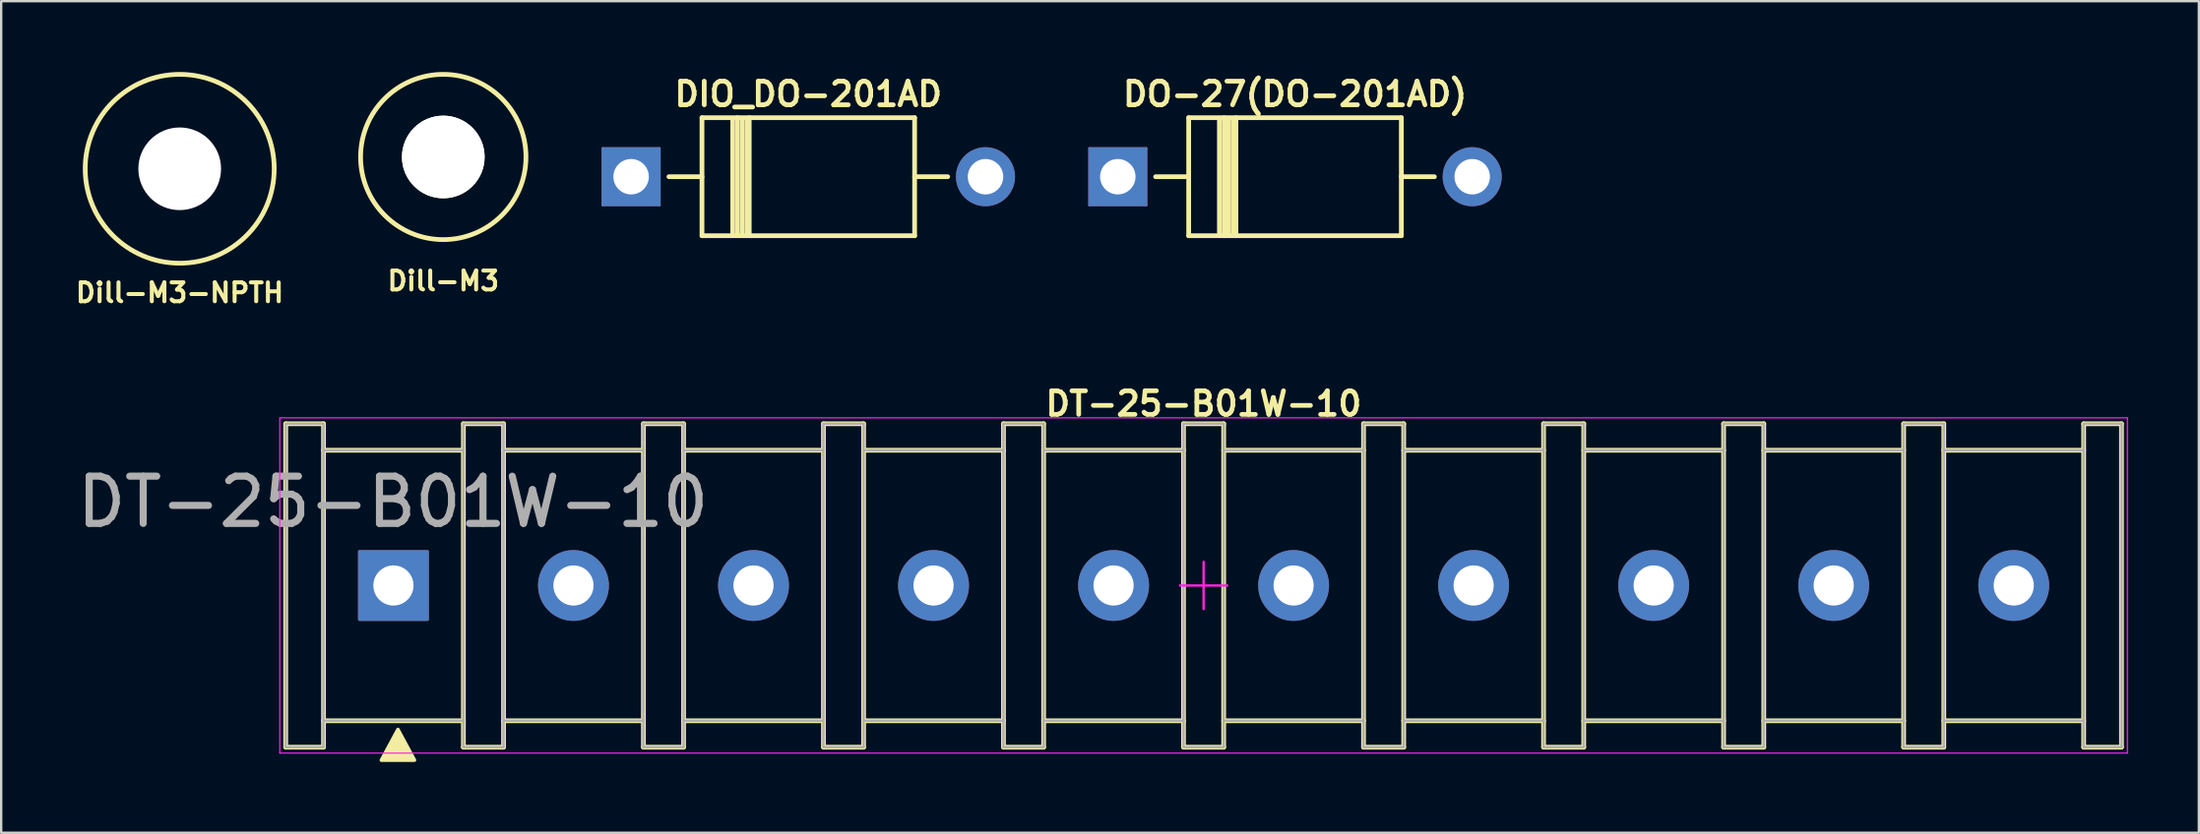
<source format=kicad_pcb>
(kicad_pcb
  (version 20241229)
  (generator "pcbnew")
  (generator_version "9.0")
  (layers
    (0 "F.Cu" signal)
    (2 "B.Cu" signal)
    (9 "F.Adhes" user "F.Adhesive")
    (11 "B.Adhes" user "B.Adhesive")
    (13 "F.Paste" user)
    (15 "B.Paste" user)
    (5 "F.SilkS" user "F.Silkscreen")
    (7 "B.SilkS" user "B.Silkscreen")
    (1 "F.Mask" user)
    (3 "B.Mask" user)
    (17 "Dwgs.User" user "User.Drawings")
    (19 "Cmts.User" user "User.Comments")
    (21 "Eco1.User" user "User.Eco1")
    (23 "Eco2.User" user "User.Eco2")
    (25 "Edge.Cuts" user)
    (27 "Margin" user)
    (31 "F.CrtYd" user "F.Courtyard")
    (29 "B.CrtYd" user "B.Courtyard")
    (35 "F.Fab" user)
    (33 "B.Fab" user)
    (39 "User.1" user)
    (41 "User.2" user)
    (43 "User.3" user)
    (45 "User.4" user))
  (footprint "Dill-M3-NPTH"
    (layer "F.Cu")
    (at 4.556 4.1)
    (property "Reference" "Dill-M3-NPTH" (at 0 5.25 0) (layer "F.SilkS") (effects (font (size 0.8 0.8) (thickness 0.17))))
    (attr through_hole)
    (fp_circle (center 0 0) (end 4 0) (stroke (width 0.2) (type solid)) (fill no) (layer "F.SilkS"))
    (pad "" np_thru_hole circle (at 0 0) (size 3.5 3.5) (drill 3.5) (layers "*.Cu" "*.Mask")))
  (footprint "DO-27(DO-201AD)"
    (layer "F.Cu")
    (at 51.762 4.436)
    (property "Reference" "DO-27(DO-201AD)" (at 0 -3.5 0) (layer "F.SilkS") (effects (font (size 1 1) (thickness 0.2))))
    (attr through_hole)
    (fp_line (start -8.7 -1.2) (end -6.3 -1.2) (stroke (width 0.1) (type solid)) (layer "F.Cu"))
    (fp_line (start -8.7 1.2) (end -8.7 -1.2) (stroke (width 0.1) (type solid)) (layer "F.Cu"))
    (fp_line (start -6.3 -1.2) (end -6.3 1.2) (stroke (width 0.1) (type solid)) (layer "F.Cu"))
    (fp_line (start -6.3 1.2) (end -8.7 1.2) (stroke (width 0.1) (type solid)) (layer "F.Cu"))
    (fp_line (start -8.7 -1.2) (end -6.3 -1.2) (stroke (width 0.3) (type solid)) (layer "F.Mask"))
    (fp_line (start -8.7 1.2) (end -8.7 -1.2) (stroke (width 0.3) (type solid)) (layer "F.Mask"))
    (fp_line (start -6.3 -1.2) (end -6.3 1.2) (stroke (width 0.3) (type solid)) (layer "F.Mask"))
    (fp_line (start -6.3 1.2) (end -8.7 1.2) (stroke (width 0.3) (type solid)) (layer "F.Mask"))
    (fp_line (start -8.7 -1.2) (end -6.3 -1.2) (stroke (width 0.1) (type solid)) (layer "B.Cu"))
    (fp_line (start -8.7 1.2) (end -8.7 -1.2) (stroke (width 0.1) (type solid)) (layer "B.Cu"))
    (fp_line (start -6.3 -1.2) (end -6.3 1.2) (stroke (width 0.1) (type solid)) (layer "B.Cu"))
    (fp_line (start -6.3 1.2) (end -8.7 1.2) (stroke (width 0.1) (type solid)) (layer "B.Cu"))
    (fp_line (start -4.5 -2.5) (end -4.5 2.5) (stroke (width 0.2) (type solid)) (layer "F.SilkS"))
    (fp_line (start -4.5 0) (end -5.9 0) (stroke (width 0.2) (type solid)) (layer "F.SilkS"))
    (fp_line (start -4.5 2.5) (end 4.5 2.5) (stroke (width 0.2) (type solid)) (layer "F.SilkS"))
    (fp_line (start -3.2 -2.4) (end -3.2 2.4) (stroke (width 0.2) (type solid)) (layer "F.SilkS"))
    (fp_line (start -3 -2.5) (end -3 2.5) (stroke (width 0.2) (type solid)) (layer "F.SilkS"))
    (fp_line (start -2.8 2.4) (end -2.8 -2.4) (stroke (width 0.2) (type solid)) (layer "F.SilkS"))
    (fp_line (start -2.6 -2.4) (end -2.6 2.4) (stroke (width 0.2) (type solid)) (layer "F.SilkS"))
    (fp_line (start -2.5 2.5) (end -2.5 -2.5) (stroke (width 0.2) (type solid)) (layer "F.SilkS"))
    (fp_line (start 4.5 -2.5) (end -4.5 -2.5) (stroke (width 0.2) (type solid)) (layer "F.SilkS"))
    (fp_line (start 4.5 0) (end 4.5 -2.5) (stroke (width 0.2) (type solid)) (layer "F.SilkS"))
    (fp_line (start 4.5 2.5) (end 4.5 0) (stroke (width 0.2) (type solid)) (layer "F.SilkS"))
    (fp_line (start 4.6 0) (end 5.9 0) (stroke (width 0.2) (type solid)) (layer "F.SilkS"))
    (pad "1" thru_hole rect (at -7.5 0) (size 2.4 2.4) (drill 1.5) (layers "*.Cu" "*.Mask"))
    (pad "2" thru_hole circle (at 7.5 0) (size 2.5 2.5) (drill 1.5) (layers "*.Cu" "*.Mask")))
  (footprint "DIO_DO-201AD"
    (layer "F.Cu")
    (at 31.162 4.436)
    (property "Reference" "DIO_DO-201AD" (at 0 -3.5 0) (layer "F.SilkS") (effects (font (size 1 1) (thickness 0.2))))
    (attr through_hole)
    (fp_line (start -8.7 -1.2) (end -6.3 -1.2) (stroke (width 0.1) (type solid)) (layer "F.Cu"))
    (fp_line (start -8.7 1.2) (end -8.7 -1.2) (stroke (width 0.1) (type solid)) (layer "F.Cu"))
    (fp_line (start -6.3 -1.2) (end -6.3 1.2) (stroke (width 0.1) (type solid)) (layer "F.Cu"))
    (fp_line (start -6.3 1.2) (end -8.7 1.2) (stroke (width 0.1) (type solid)) (layer "F.Cu"))
    (fp_line (start -8.7 -1.2) (end -6.3 -1.2) (stroke (width 0.3) (type solid)) (layer "F.Mask"))
    (fp_line (start -8.7 1.2) (end -8.7 -1.2) (stroke (width 0.3) (type solid)) (layer "F.Mask"))
    (fp_line (start -6.3 -1.2) (end -6.3 1.2) (stroke (width 0.3) (type solid)) (layer "F.Mask"))
    (fp_line (start -6.3 1.2) (end -8.7 1.2) (stroke (width 0.3) (type solid)) (layer "F.Mask"))
    (fp_line (start -8.7 -1.2) (end -6.3 -1.2) (stroke (width 0.1) (type solid)) (layer "B.Cu"))
    (fp_line (start -8.7 1.2) (end -8.7 -1.2) (stroke (width 0.1) (type solid)) (layer "B.Cu"))
    (fp_line (start -6.3 -1.2) (end -6.3 1.2) (stroke (width 0.1) (type solid)) (layer "B.Cu"))
    (fp_line (start -6.3 1.2) (end -8.7 1.2) (stroke (width 0.1) (type solid)) (layer "B.Cu"))
    (fp_line (start -4.5 -2.5) (end -4.5 2.5) (stroke (width 0.2) (type solid)) (layer "F.SilkS"))
    (fp_line (start -4.5 0) (end -5.9 0) (stroke (width 0.2) (type solid)) (layer "F.SilkS"))
    (fp_line (start -4.5 2.5) (end 4.5 2.5) (stroke (width 0.2) (type solid)) (layer "F.SilkS"))
    (fp_line (start -3.2 -2.4) (end -3.2 2.4) (stroke (width 0.2) (type solid)) (layer "F.SilkS"))
    (fp_line (start -3 -2.5) (end -3 2.5) (stroke (width 0.2) (type solid)) (layer "F.SilkS"))
    (fp_line (start -2.8 2.4) (end -2.8 -2.4) (stroke (width 0.2) (type solid)) (layer "F.SilkS"))
    (fp_line (start -2.6 -2.4) (end -2.6 2.4) (stroke (width 0.2) (type solid)) (layer "F.SilkS"))
    (fp_line (start -2.5 2.5) (end -2.5 -2.5) (stroke (width 0.2) (type solid)) (layer "F.SilkS"))
    (fp_line (start 4.5 -2.5) (end -4.5 -2.5) (stroke (width 0.2) (type solid)) (layer "F.SilkS"))
    (fp_line (start 4.5 0) (end 4.5 -2.5) (stroke (width 0.2) (type solid)) (layer "F.SilkS"))
    (fp_line (start 4.5 2.5) (end 4.5 0) (stroke (width 0.2) (type solid)) (layer "F.SilkS"))
    (fp_line (start 4.6 0) (end 5.9 0) (stroke (width 0.2) (type solid)) (layer "F.SilkS"))
    (pad "A" thru_hole circle (at 7.5 0) (size 2.5 2.5) (drill 1.5) (layers "*.Cu" "*.Mask"))
    (pad "K" thru_hole rect (at -7.5 0) (size 2.4 2.4) (drill 1.5) (layers "*.Cu" "*.Mask")))
  (footprint "Dill-M3"
    (layer "F.Cu")
    (at 15.712 3.6)
    (property "Reference" "Dill-M3" (at 0 5.25 0) (layer "F.SilkS") (effects (font (size 0.8 0.8) (thickness 0.17))))
    (attr through_hole)
    (fp_circle (center 0 0) (end 3.5 0) (stroke (width 0.2) (type solid)) (fill no) (layer "F.SilkS"))
    (pad "" np_thru_hole circle (at 0 0) (size 3.5 3.5) (drill 3.5) (layers "*.Cu" "*.Mask" "F.SilkS")))
  (footprint "DT-25-B01W-10"
    (layer "F.Cu")
    (at 47.893 21.752)
    (property "Reference" "DT-25-B01W-10" (at 0 -7.7 0) (layer "F.SilkS") (effects (font (size 1 1) (thickness 0.2))))
    (attr through_hole)
    (fp_line (start -38.85 -6.85) (end -38.85 6.85) (stroke (width 0.2) (type solid)) (layer "F.SilkS"))
    (fp_line (start -37.25 -6.85) (end -38.85 -6.85) (stroke (width 0.2) (type solid)) (layer "F.SilkS"))
    (fp_line (start -37.25 -6.85) (end -37.25 6.85) (stroke (width 0.2) (type solid)) (layer "F.SilkS"))
    (fp_line (start -37.25 -5.73) (end -31.33 -5.73) (stroke (width 0.2) (type solid)) (layer "F.SilkS"))
    (fp_line (start -37.25 5.73) (end -31.33 5.73) (stroke (width 0.2) (type solid)) (layer "F.SilkS"))
    (fp_line (start -37.25 6.85) (end -38.85 6.85) (stroke (width 0.2) (type solid)) (layer "F.SilkS"))
    (fp_line (start -31.33 -6.85) (end -31.33 6.85) (stroke (width 0.2) (type solid)) (layer "F.SilkS"))
    (fp_line (start -29.63 -6.85) (end -31.33 -6.85) (stroke (width 0.2) (type solid)) (layer "F.SilkS"))
    (fp_line (start -29.63 -6.85) (end -29.63 6.85) (stroke (width 0.2) (type solid)) (layer "F.SilkS"))
    (fp_line (start -29.63 -5.73) (end -23.71 -5.73) (stroke (width 0.2) (type solid)) (layer "F.SilkS"))
    (fp_line (start -29.63 5.73) (end -23.71 5.73) (stroke (width 0.2) (type solid)) (layer "F.SilkS"))
    (fp_line (start -29.63 6.85) (end -31.33 6.85) (stroke (width 0.2) (type solid)) (layer "F.SilkS"))
    (fp_line (start -23.71 -6.85) (end -23.71 6.85) (stroke (width 0.2) (type solid)) (layer "F.SilkS"))
    (fp_line (start -22.01 -6.85) (end -23.71 -6.85) (stroke (width 0.2) (type solid)) (layer "F.SilkS"))
    (fp_line (start -22.01 -6.85) (end -22.01 6.85) (stroke (width 0.2) (type solid)) (layer "F.SilkS"))
    (fp_line (start -22.01 -5.73) (end -16.09 -5.73) (stroke (width 0.2) (type solid)) (layer "F.SilkS"))
    (fp_line (start -22.01 5.73) (end -16.09 5.73) (stroke (width 0.2) (type solid)) (layer "F.SilkS"))
    (fp_line (start -22.01 6.85) (end -23.71 6.85) (stroke (width 0.2) (type solid)) (layer "F.SilkS"))
    (fp_line (start -16.09 -6.85) (end -16.09 6.85) (stroke (width 0.2) (type solid)) (layer "F.SilkS"))
    (fp_line (start -14.39 -6.85) (end -16.09 -6.85) (stroke (width 0.2) (type solid)) (layer "F.SilkS"))
    (fp_line (start -14.39 -6.85) (end -14.39 6.85) (stroke (width 0.2) (type solid)) (layer "F.SilkS"))
    (fp_line (start -14.39 -5.73) (end -8.47 -5.73) (stroke (width 0.2) (type solid)) (layer "F.SilkS"))
    (fp_line (start -14.39 5.73) (end -8.47 5.73) (stroke (width 0.2) (type solid)) (layer "F.SilkS"))
    (fp_line (start -14.39 6.85) (end -16.09 6.85) (stroke (width 0.2) (type solid)) (layer "F.SilkS"))
    (fp_line (start -8.47 -6.85) (end -8.47 6.85) (stroke (width 0.2) (type solid)) (layer "F.SilkS"))
    (fp_line (start -6.77 -6.85) (end -8.47 -6.85) (stroke (width 0.2) (type solid)) (layer "F.SilkS"))
    (fp_line (start -6.77 -6.85) (end -6.77 6.85) (stroke (width 0.2) (type solid)) (layer "F.SilkS"))
    (fp_line (start -6.77 -5.73) (end -0.85 -5.73) (stroke (width 0.2) (type solid)) (layer "F.SilkS"))
    (fp_line (start -6.77 5.73) (end -0.85 5.73) (stroke (width 0.2) (type solid)) (layer "F.SilkS"))
    (fp_line (start -6.77 6.85) (end -8.47 6.85) (stroke (width 0.2) (type solid)) (layer "F.SilkS"))
    (fp_line (start -0.85 -6.85) (end -0.85 6.85) (stroke (width 0.2) (type solid)) (layer "F.SilkS"))
    (fp_line (start 0.85 -6.85) (end -0.85 -6.85) (stroke (width 0.2) (type solid)) (layer "F.SilkS"))
    (fp_line (start 0.85 -6.85) (end 0.85 6.85) (stroke (width 0.2) (type solid)) (layer "F.SilkS"))
    (fp_line (start 0.85 -5.73) (end 6.77 -5.73) (stroke (width 0.2) (type solid)) (layer "F.SilkS"))
    (fp_line (start 0.85 5.73) (end 6.77 5.73) (stroke (width 0.2) (type solid)) (layer "F.SilkS"))
    (fp_line (start 0.85 6.85) (end -0.85 6.85) (stroke (width 0.2) (type solid)) (layer "F.SilkS"))
    (fp_line (start 6.77 -6.85) (end 6.77 6.85) (stroke (width 0.2) (type solid)) (layer "F.SilkS"))
    (fp_line (start 8.47 -6.85) (end 6.77 -6.85) (stroke (width 0.2) (type solid)) (layer "F.SilkS"))
    (fp_line (start 8.47 -6.85) (end 8.47 6.85) (stroke (width 0.2) (type solid)) (layer "F.SilkS"))
    (fp_line (start 8.47 -5.73) (end 14.39 -5.73) (stroke (width 0.2) (type solid)) (layer "F.SilkS"))
    (fp_line (start 8.47 5.73) (end 14.39 5.73) (stroke (width 0.2) (type solid)) (layer "F.SilkS"))
    (fp_line (start 8.47 6.85) (end 6.77 6.85) (stroke (width 0.2) (type solid)) (layer "F.SilkS"))
    (fp_line (start 14.39 -6.85) (end 14.39 6.85) (stroke (width 0.2) (type solid)) (layer "F.SilkS"))
    (fp_line (start 16.09 -6.85) (end 14.39 -6.85) (stroke (width 0.2) (type solid)) (layer "F.SilkS"))
    (fp_line (start 16.09 -6.85) (end 16.09 6.85) (stroke (width 0.2) (type solid)) (layer "F.SilkS"))
    (fp_line (start 16.09 -5.73) (end 22.01 -5.73) (stroke (width 0.2) (type solid)) (layer "F.SilkS"))
    (fp_line (start 16.09 5.73) (end 22.01 5.73) (stroke (width 0.2) (type solid)) (layer "F.SilkS"))
    (fp_line (start 16.09 6.85) (end 14.39 6.85) (stroke (width 0.2) (type solid)) (layer "F.SilkS"))
    (fp_line (start 22.01 -6.85) (end 22.01 6.85) (stroke (width 0.2) (type solid)) (layer "F.SilkS"))
    (fp_line (start 23.71 -6.85) (end 22.01 -6.85) (stroke (width 0.2) (type solid)) (layer "F.SilkS"))
    (fp_line (start 23.71 -6.85) (end 23.71 6.85) (stroke (width 0.2) (type solid)) (layer "F.SilkS"))
    (fp_line (start 23.71 6.85) (end 22.01 6.85) (stroke (width 0.2) (type solid)) (layer "F.SilkS"))
    (fp_line (start 29.63 -6.85) (end 31.33 -6.85) (stroke (width 0.2) (type solid)) (layer "F.SilkS"))
    (fp_line (start 29.63 -5.73) (end 23.71 -5.73) (stroke (width 0.2) (type solid)) (layer "F.SilkS"))
    (fp_line (start 29.63 5.73) (end 23.71 5.73) (stroke (width 0.2) (type solid)) (layer "F.SilkS"))
    (fp_line (start 29.63 6.85) (end 29.63 -6.85) (stroke (width 0.2) (type solid)) (layer "F.SilkS"))
    (fp_line (start 29.63 6.85) (end 31.33 6.85) (stroke (width 0.2) (type solid)) (layer "F.SilkS"))
    (fp_line (start 31.33 6.85) (end 31.33 -6.85) (stroke (width 0.2) (type solid)) (layer "F.SilkS"))
    (fp_line (start 37.25 -6.85) (end 38.85 -6.85) (stroke (width 0.2) (type solid)) (layer "F.SilkS"))
    (fp_line (start 37.25 -5.73) (end 31.33 -5.73) (stroke (width 0.2) (type solid)) (layer "F.SilkS"))
    (fp_line (start 37.25 5.73) (end 31.33 5.73) (stroke (width 0.2) (type solid)) (layer "F.SilkS"))
    (fp_line (start 37.25 6.85) (end 37.25 -6.85) (stroke (width 0.2) (type solid)) (layer "F.SilkS"))
    (fp_line (start 37.25 6.85) (end 38.85 6.85) (stroke (width 0.2) (type solid)) (layer "F.SilkS"))
    (fp_line (start 38.85 6.85) (end 38.85 -6.85) (stroke (width 0.2) (type solid)) (layer "F.SilkS"))
    (fp_poly (pts (xy -33.4 7.4) (xy -34.1 6.1) (xy -34.8 7.4)) (stroke (width 0.15) (type solid)) (fill yes) (layer "F.SilkS"))
    (fp_line (start -39.1 -7.1) (end 39.1 -7.1) (stroke (width 0.05) (type solid)) (layer "F.CrtYd"))
    (fp_line (start -39.1 7.1) (end -39.1 -7.1) (stroke (width 0.05) (type solid)) (layer "F.CrtYd"))
    (fp_line (start -1 0) (end 1 0) (stroke (width 0.1) (type solid)) (layer "F.CrtYd"))
    (fp_line (start 0 -1) (end 0 1) (stroke (width 0.1) (type solid)) (layer "F.CrtYd"))
    (fp_line (start 39.1 -7.1) (end 39.1 7.1) (stroke (width 0.05) (type solid)) (layer "F.CrtYd"))
    (fp_line (start 39.1 7.1) (end -39.1 7.1) (stroke (width 0.05) (type solid)) (layer "F.CrtYd"))
    (fp_line (start -38.85 -6.85) (end -38.85 6.85) (stroke (width 0.1) (type solid)) (layer "F.Fab"))
    (fp_line (start -37.25 -6.85) (end -38.85 -6.85) (stroke (width 0.1) (type solid)) (layer "F.Fab"))
    (fp_line (start -37.25 -6.85) (end -37.25 6.85) (stroke (width 0.1) (type solid)) (layer "F.Fab"))
    (fp_line (start -37.25 -5.73) (end -31.33 -5.73) (stroke (width 0.1) (type solid)) (layer "F.Fab"))
    (fp_line (start -37.25 5.73) (end -31.33 5.73) (stroke (width 0.1) (type solid)) (layer "F.Fab"))
    (fp_line (start -37.25 6.85) (end -38.85 6.85) (stroke (width 0.1) (type solid)) (layer "F.Fab"))
    (fp_line (start -31.33 -6.85) (end -31.33 6.85) (stroke (width 0.1) (type solid)) (layer "F.Fab"))
    (fp_line (start -29.63 -6.85) (end -31.33 -6.85) (stroke (width 0.1) (type solid)) (layer "F.Fab"))
    (fp_line (start -29.63 -6.85) (end -29.63 6.85) (stroke (width 0.1) (type solid)) (layer "F.Fab"))
    (fp_line (start -29.63 -5.73) (end -23.71 -5.73) (stroke (width 0.1) (type solid)) (layer "F.Fab"))
    (fp_line (start -29.63 5.73) (end -23.71 5.73) (stroke (width 0.1) (type solid)) (layer "F.Fab"))
    (fp_line (start -29.63 6.85) (end -31.33 6.85) (stroke (width 0.1) (type solid)) (layer "F.Fab"))
    (fp_line (start -23.71 -6.85) (end -23.71 6.85) (stroke (width 0.1) (type solid)) (layer "F.Fab"))
    (fp_line (start -22.01 -6.85) (end -23.71 -6.85) (stroke (width 0.1) (type solid)) (layer "F.Fab"))
    (fp_line (start -22.01 -6.85) (end -22.01 6.85) (stroke (width 0.1) (type solid)) (layer "F.Fab"))
    (fp_line (start -22.01 -5.73) (end -16.09 -5.73) (stroke (width 0.1) (type solid)) (layer "F.Fab"))
    (fp_line (start -22.01 5.73) (end -16.09 5.73) (stroke (width 0.1) (type solid)) (layer "F.Fab"))
    (fp_line (start -22.01 6.85) (end -23.71 6.85) (stroke (width 0.1) (type solid)) (layer "F.Fab"))
    (fp_line (start -16.09 -6.85) (end -16.09 6.85) (stroke (width 0.1) (type solid)) (layer "F.Fab"))
    (fp_line (start -14.39 -6.85) (end -16.09 -6.85) (stroke (width 0.1) (type solid)) (layer "F.Fab"))
    (fp_line (start -14.39 -6.85) (end -14.39 6.85) (stroke (width 0.1) (type solid)) (layer "F.Fab"))
    (fp_line (start -14.39 -5.73) (end -8.47 -5.73) (stroke (width 0.1) (type solid)) (layer "F.Fab"))
    (fp_line (start -14.39 5.73) (end -8.47 5.73) (stroke (width 0.1) (type solid)) (layer "F.Fab"))
    (fp_line (start -14.39 6.85) (end -16.09 6.85) (stroke (width 0.1) (type solid)) (layer "F.Fab"))
    (fp_line (start -8.47 -6.85) (end -8.47 6.85) (stroke (width 0.1) (type solid)) (layer "F.Fab"))
    (fp_line (start -6.77 -6.85) (end -8.47 -6.85) (stroke (width 0.1) (type solid)) (layer "F.Fab"))
    (fp_line (start -6.77 -6.85) (end -6.77 6.85) (stroke (width 0.1) (type solid)) (layer "F.Fab"))
    (fp_line (start -6.77 -5.73) (end -0.85 -5.73) (stroke (width 0.1) (type solid)) (layer "F.Fab"))
    (fp_line (start -6.77 5.73) (end -0.85 5.73) (stroke (width 0.1) (type solid)) (layer "F.Fab"))
    (fp_line (start -6.77 6.85) (end -8.47 6.85) (stroke (width 0.1) (type solid)) (layer "F.Fab"))
    (fp_line (start -0.85 -6.85) (end -0.85 6.85) (stroke (width 0.1) (type solid)) (layer "F.Fab"))
    (fp_line (start 0.85 -6.85) (end -0.85 -6.85) (stroke (width 0.1) (type solid)) (layer "F.Fab"))
    (fp_line (start 0.85 -6.85) (end 0.85 6.85) (stroke (width 0.1) (type solid)) (layer "F.Fab"))
    (fp_line (start 0.85 -5.73) (end 6.77 -5.73) (stroke (width 0.1) (type solid)) (layer "F.Fab"))
    (fp_line (start 0.85 5.73) (end 6.77 5.73) (stroke (width 0.1) (type solid)) (layer "F.Fab"))
    (fp_line (start 0.85 6.85) (end -0.85 6.85) (stroke (width 0.1) (type solid)) (layer "F.Fab"))
    (fp_line (start 6.77 -6.85) (end 6.77 6.85) (stroke (width 0.1) (type solid)) (layer "F.Fab"))
    (fp_line (start 8.47 -6.85) (end 6.77 -6.85) (stroke (width 0.1) (type solid)) (layer "F.Fab"))
    (fp_line (start 8.47 -6.85) (end 8.47 6.85) (stroke (width 0.1) (type solid)) (layer "F.Fab"))
    (fp_line (start 8.47 -5.73) (end 14.39 -5.73) (stroke (width 0.1) (type solid)) (layer "F.Fab"))
    (fp_line (start 8.47 5.73) (end 14.39 5.73) (stroke (width 0.1) (type solid)) (layer "F.Fab"))
    (fp_line (start 8.47 6.85) (end 6.77 6.85) (stroke (width 0.1) (type solid)) (layer "F.Fab"))
    (fp_line (start 14.39 -6.85) (end 14.39 6.85) (stroke (width 0.1) (type solid)) (layer "F.Fab"))
    (fp_line (start 16.09 -6.85) (end 14.39 -6.85) (stroke (width 0.1) (type solid)) (layer "F.Fab"))
    (fp_line (start 16.09 -6.85) (end 16.09 6.85) (stroke (width 0.1) (type solid)) (layer "F.Fab"))
    (fp_line (start 16.09 -5.73) (end 22.01 -5.73) (stroke (width 0.1) (type solid)) (layer "F.Fab"))
    (fp_line (start 16.09 5.73) (end 22.01 5.73) (stroke (width 0.1) (type solid)) (layer "F.Fab"))
    (fp_line (start 16.09 6.85) (end 14.39 6.85) (stroke (width 0.1) (type solid)) (layer "F.Fab"))
    (fp_line (start 22.01 -6.85) (end 22.01 6.85) (stroke (width 0.1) (type solid)) (layer "F.Fab"))
    (fp_line (start 23.71 -6.85) (end 22.01 -6.85) (stroke (width 0.1) (type solid)) (layer "F.Fab"))
    (fp_line (start 23.71 -6.85) (end 23.71 6.85) (stroke (width 0.1) (type solid)) (layer "F.Fab"))
    (fp_line (start 23.71 -5.73) (end 29.63 -5.73) (stroke (width 0.1) (type solid)) (layer "F.Fab"))
    (fp_line (start 23.71 5.73) (end 29.63 5.73) (stroke (width 0.1) (type solid)) (layer "F.Fab"))
    (fp_line (start 23.71 6.85) (end 22.01 6.85) (stroke (width 0.1) (type solid)) (layer "F.Fab"))
    (fp_line (start 29.63 -6.85) (end 29.63 6.85) (stroke (width 0.1) (type solid)) (layer "F.Fab"))
    (fp_line (start 31.33 -6.85) (end 29.63 -6.85) (stroke (width 0.1) (type solid)) (layer "F.Fab"))
    (fp_line (start 31.33 -6.85) (end 31.33 6.85) (stroke (width 0.1) (type solid)) (layer "F.Fab"))
    (fp_line (start 31.33 -5.73) (end 37.25 -5.73) (stroke (width 0.1) (type solid)) (layer "F.Fab"))
    (fp_line (start 31.33 5.73) (end 37.25 5.73) (stroke (width 0.1) (type solid)) (layer "F.Fab"))
    (fp_line (start 31.33 6.85) (end 29.63 6.85) (stroke (width 0.1) (type solid)) (layer "F.Fab"))
    (fp_line (start 37.25 -6.85) (end 37.25 6.85) (stroke (width 0.1) (type solid)) (layer "F.Fab"))
    (fp_line (start 38.85 -6.85) (end 37.25 -6.85) (stroke (width 0.1) (type solid)) (layer "F.Fab"))
    (fp_line (start 38.85 -6.85) (end 38.85 6.85) (stroke (width 0.1) (type solid)) (layer "F.Fab"))
    (fp_line (start 38.85 6.85) (end 37.25 6.85) (stroke (width 0.1) (type solid)) (layer "F.Fab"))
    (fp_text user "${REFERENCE}" (at -34.31 -3.54 0) (layer "F.Fab") (effects (font (size 2 2) (thickness 0.3))))
    (pad "1" thru_hole roundrect (at -34.29 0) (size 3 3) (drill 1.7) (layers "*.Cu" "*.Mask") (roundrect_rratio 0.02))
    (pad "2" thru_hole circle (at -26.67 0) (size 3 3) (drill 1.7) (layers "*.Cu" "*.Mask"))
    (pad "3" thru_hole circle (at -19.05 0) (size 3 3) (drill 1.7) (layers "*.Cu" "*.Mask"))
    (pad "4" thru_hole circle (at -11.43 0) (size 3 3) (drill 1.7) (layers "*.Cu" "*.Mask"))
    (pad "5" thru_hole circle (at -3.81 0) (size 3 3) (drill 1.7) (layers "*.Cu" "*.Mask"))
    (pad "6" thru_hole circle (at 3.81 0) (size 3 3) (drill 1.7) (layers "*.Cu" "*.Mask"))
    (pad "7" thru_hole circle (at 11.43 0) (size 3 3) (drill 1.7) (layers "*.Cu" "*.Mask"))
    (pad "8" thru_hole circle (at 19.05 0) (size 3 3) (drill 1.7) (layers "*.Cu" "*.Mask"))
    (pad "9" thru_hole circle (at 26.67 0) (size 3 3) (drill 1.7) (layers "*.Cu" "*.Mask"))
    (pad "10" thru_hole circle (at 34.29 0) (size 3 3) (drill 1.7) (layers "*.Cu" "*.Mask")))
  (gr_rect
    (start -3 -3)
    (end 90.018 32.227)
    (stroke (width 0.1) (type default))
    (fill no)
    (layer "Edge.Cuts")))
</source>
